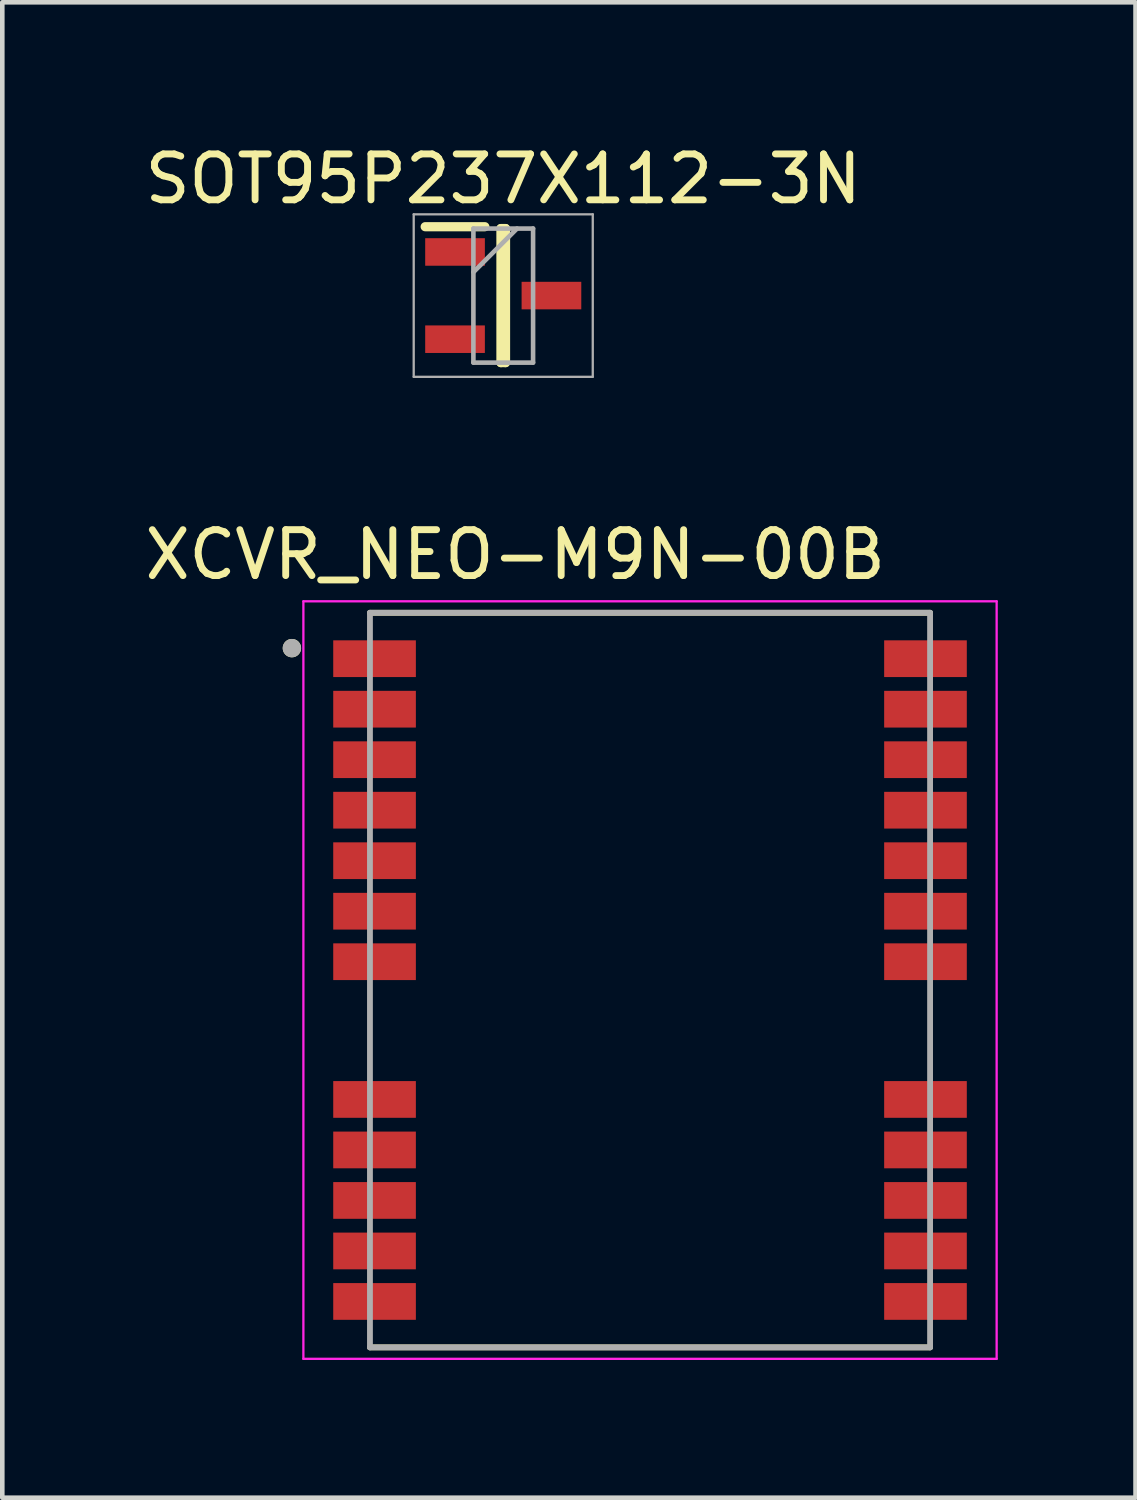
<source format=kicad_pcb>
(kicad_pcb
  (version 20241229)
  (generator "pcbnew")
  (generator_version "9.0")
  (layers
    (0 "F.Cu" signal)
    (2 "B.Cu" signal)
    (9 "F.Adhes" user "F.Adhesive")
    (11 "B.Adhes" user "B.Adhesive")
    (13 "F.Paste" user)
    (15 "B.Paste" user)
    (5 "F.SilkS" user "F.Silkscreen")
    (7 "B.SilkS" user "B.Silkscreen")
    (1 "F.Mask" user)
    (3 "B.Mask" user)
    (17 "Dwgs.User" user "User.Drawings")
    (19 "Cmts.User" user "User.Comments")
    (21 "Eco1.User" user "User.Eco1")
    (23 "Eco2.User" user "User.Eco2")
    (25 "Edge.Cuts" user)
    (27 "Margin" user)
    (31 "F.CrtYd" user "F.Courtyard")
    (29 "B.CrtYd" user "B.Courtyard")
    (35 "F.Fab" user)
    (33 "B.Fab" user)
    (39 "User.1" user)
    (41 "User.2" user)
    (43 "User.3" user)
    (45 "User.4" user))
  (footprint "XCVR_NEO-M9N-00B"
    (layer "F.Cu")
    (at 11.108 18.297)
    (property "Reference" "XCVR_NEO-M9N-00B" (at -2.935 -9.265 0) (layer "F.SilkS") (effects (font (size 1 1) (thickness 0.15))))
    (attr through_hole)
    (fp_line (start -6.1 -8) (end 6.1 -8) (stroke (width 0.127) (type solid)) (layer "F.SilkS"))
    (fp_line (start 6.1 8) (end -6.1 8) (stroke (width 0.127) (type solid)) (layer "F.SilkS"))
    (fp_circle (center -7.8 -7.23) (end -7.7 -7.23) (stroke (width 0.2) (type solid)) (fill no) (layer "F.SilkS"))
    (fp_poly (pts (xy -7.3 -7.4) (xy -6.1 -7.4) (xy -6.1 -7.3) (xy -5.2 -7.3) (xy -5.2 -6.7) (xy -6.1 -6.7) (xy -6.1 -6.6) (xy -7.3 -6.6)) (stroke (width 0.01) (type solid)) (fill yes) (layer "F.Paste"))
    (fp_poly (pts (xy -7.3 -6.3) (xy -6.1 -6.3) (xy -6.1 -6.2) (xy -5.2 -6.2) (xy -5.2 -5.6) (xy -6.1 -5.6) (xy -6.1 -5.5) (xy -7.3 -5.5)) (stroke (width 0.01) (type solid)) (fill yes) (layer "F.Paste"))
    (fp_poly (pts (xy -7.3 -5.2) (xy -6.1 -5.2) (xy -6.1 -5.1) (xy -5.2 -5.1) (xy -5.2 -4.5) (xy -6.1 -4.5) (xy -6.1 -4.4) (xy -7.3 -4.4)) (stroke (width 0.01) (type solid)) (fill yes) (layer "F.Paste"))
    (fp_poly (pts (xy -7.3 -4.1) (xy -6.1 -4.1) (xy -6.1 -4) (xy -5.2 -4) (xy -5.2 -3.4) (xy -6.1 -3.4) (xy -6.1 -3.3) (xy -7.3 -3.3)) (stroke (width 0.01) (type solid)) (fill yes) (layer "F.Paste"))
    (fp_poly (pts (xy -7.3 -3) (xy -6.1 -3) (xy -6.1 -2.9) (xy -5.2 -2.9) (xy -5.2 -2.3) (xy -6.1 -2.3) (xy -6.1 -2.2) (xy -7.3 -2.2)) (stroke (width 0.01) (type solid)) (fill yes) (layer "F.Paste"))
    (fp_poly (pts (xy -7.3 -1.9) (xy -6.1 -1.9) (xy -6.1 -1.8) (xy -5.2 -1.8) (xy -5.2 -1.2) (xy -6.1 -1.2) (xy -6.1 -1.1) (xy -7.3 -1.1)) (stroke (width 0.01) (type solid)) (fill yes) (layer "F.Paste"))
    (fp_poly (pts (xy -7.3 -0.8) (xy -6.1 -0.8) (xy -6.1 -0.7) (xy -5.2 -0.7) (xy -5.2 -0.1) (xy -6.1 -0.1) (xy -6.1 0) (xy -7.3 0)) (stroke (width 0.01) (type solid)) (fill yes) (layer "F.Paste"))
    (fp_poly (pts (xy -7.3 2.2) (xy -6.1 2.2) (xy -6.1 2.3) (xy -5.2 2.3) (xy -5.2 2.9) (xy -6.1 2.9) (xy -6.1 3) (xy -7.3 3)) (stroke (width 0.01) (type solid)) (fill yes) (layer "F.Paste"))
    (fp_poly (pts (xy -7.3 3.3) (xy -6.1 3.3) (xy -6.1 3.4) (xy -5.2 3.4) (xy -5.2 4) (xy -6.1 4) (xy -6.1 4.1) (xy -7.3 4.1)) (stroke (width 0.01) (type solid)) (fill yes) (layer "F.Paste"))
    (fp_poly (pts (xy -7.3 4.4) (xy -6.1 4.4) (xy -6.1 4.5) (xy -5.2 4.5) (xy -5.2 5.1) (xy -6.1 5.1) (xy -6.1 5.2) (xy -7.3 5.2)) (stroke (width 0.01) (type solid)) (fill yes) (layer "F.Paste"))
    (fp_poly (pts (xy -7.3 5.5) (xy -6.1 5.5) (xy -6.1 5.6) (xy -5.2 5.6) (xy -5.2 6.2) (xy -6.1 6.2) (xy -6.1 6.3) (xy -7.3 6.3)) (stroke (width 0.01) (type solid)) (fill yes) (layer "F.Paste"))
    (fp_poly (pts (xy -7.3 6.6) (xy -6.1 6.6) (xy -6.1 6.7) (xy -5.2 6.7) (xy -5.2 7.3) (xy -6.1 7.3) (xy -6.1 7.4) (xy -7.3 7.4)) (stroke (width 0.01) (type solid)) (fill yes) (layer "F.Paste"))
    (fp_poly (pts (xy 5.2 -7.3) (xy 6.1 -7.3) (xy 6.1 -7.4) (xy 7.3 -7.4) (xy 7.3 -6.6) (xy 6.1 -6.6) (xy 6.1 -6.7) (xy 5.2 -6.7)) (stroke (width 0.01) (type solid)) (fill yes) (layer "F.Paste"))
    (fp_poly (pts (xy 5.2 -6.2) (xy 6.1 -6.2) (xy 6.1 -6.3) (xy 7.3 -6.3) (xy 7.3 -5.5) (xy 6.1 -5.5) (xy 6.1 -5.6) (xy 5.2 -5.6)) (stroke (width 0.01) (type solid)) (fill yes) (layer "F.Paste"))
    (fp_poly (pts (xy 5.2 -5.1) (xy 6.1 -5.1) (xy 6.1 -5.2) (xy 7.3 -5.2) (xy 7.3 -4.4) (xy 6.1 -4.4) (xy 6.1 -4.5) (xy 5.2 -4.5)) (stroke (width 0.01) (type solid)) (fill yes) (layer "F.Paste"))
    (fp_poly (pts (xy 5.2 -4) (xy 6.1 -4) (xy 6.1 -4.1) (xy 7.3 -4.1) (xy 7.3 -3.3) (xy 6.1 -3.3) (xy 6.1 -3.4) (xy 5.2 -3.4)) (stroke (width 0.01) (type solid)) (fill yes) (layer "F.Paste"))
    (fp_poly (pts (xy 5.2 -2.9) (xy 6.1 -2.9) (xy 6.1 -3) (xy 7.3 -3) (xy 7.3 -2.2) (xy 6.1 -2.2) (xy 6.1 -2.3) (xy 5.2 -2.3)) (stroke (width 0.01) (type solid)) (fill yes) (layer "F.Paste"))
    (fp_poly (pts (xy 5.2 -1.8) (xy 6.1 -1.8) (xy 6.1 -1.9) (xy 7.3 -1.9) (xy 7.3 -1.1) (xy 6.1 -1.1) (xy 6.1 -1.2) (xy 5.2 -1.2)) (stroke (width 0.01) (type solid)) (fill yes) (layer "F.Paste"))
    (fp_poly (pts (xy 5.2 -0.7) (xy 6.1 -0.7) (xy 6.1 -0.8) (xy 7.3 -0.8) (xy 7.3 0) (xy 6.1 0) (xy 6.1 -0.1) (xy 5.2 -0.1)) (stroke (width 0.01) (type solid)) (fill yes) (layer "F.Paste"))
    (fp_poly (pts (xy 5.2 2.3) (xy 6.1 2.3) (xy 6.1 2.2) (xy 7.3 2.2) (xy 7.3 3) (xy 6.1 3) (xy 6.1 2.9) (xy 5.2 2.9)) (stroke (width 0.01) (type solid)) (fill yes) (layer "F.Paste"))
    (fp_poly (pts (xy 5.2 3.4) (xy 6.1 3.4) (xy 6.1 3.3) (xy 7.3 3.3) (xy 7.3 4.1) (xy 6.1 4.1) (xy 6.1 4) (xy 5.2 4)) (stroke (width 0.01) (type solid)) (fill yes) (layer "F.Paste"))
    (fp_poly (pts (xy 5.2 4.5) (xy 6.1 4.5) (xy 6.1 4.4) (xy 7.3 4.4) (xy 7.3 5.2) (xy 6.1 5.2) (xy 6.1 5.1) (xy 5.2 5.1)) (stroke (width 0.01) (type solid)) (fill yes) (layer "F.Paste"))
    (fp_poly (pts (xy 5.2 5.6) (xy 6.1 5.6) (xy 6.1 5.5) (xy 7.3 5.5) (xy 7.3 6.3) (xy 6.1 6.3) (xy 6.1 6.2) (xy 5.2 6.2)) (stroke (width 0.01) (type solid)) (fill yes) (layer "F.Paste"))
    (fp_poly (pts (xy 5.2 6.7) (xy 6.1 6.7) (xy 6.1 6.6) (xy 7.3 6.6) (xy 7.3 7.4) (xy 6.1 7.4) (xy 6.1 7.3) (xy 5.2 7.3)) (stroke (width 0.01) (type solid)) (fill yes) (layer "F.Paste"))
    (fp_line (start -7.55 -8.25) (end 7.55 -8.25) (stroke (width 0.05) (type solid)) (layer "F.CrtYd"))
    (fp_line (start -7.55 8.25) (end -7.55 -8.25) (stroke (width 0.05) (type solid)) (layer "F.CrtYd"))
    (fp_line (start 7.55 -8.25) (end 7.55 8.25) (stroke (width 0.05) (type solid)) (layer "F.CrtYd"))
    (fp_line (start 7.55 8.25) (end -7.55 8.25) (stroke (width 0.05) (type solid)) (layer "F.CrtYd"))
    (fp_line (start -6.1 -8) (end -6.1 8) (stroke (width 0.127) (type solid)) (layer "F.Fab"))
    (fp_line (start 6.1 -8) (end -6.1 -8) (stroke (width 0.127) (type solid)) (layer "F.Fab"))
    (fp_line (start 6.1 8) (end -6.1 8) (stroke (width 0.127) (type solid)) (layer "F.Fab"))
    (fp_line (start 6.1 8) (end 6.1 -8) (stroke (width 0.127) (type solid)) (layer "F.Fab"))
    (fp_circle (center -7.8 -7.23) (end -7.7 -7.23) (stroke (width 0.2) (type solid)) (fill no) (layer "F.Fab"))
    (pad "1" smd rect (at -6 -7) (size 1.8 0.8) (layers "F.Cu" "F.Mask"))
    (pad "2" smd rect (at -6 -5.9) (size 1.8 0.8) (layers "F.Cu" "F.Mask"))
    (pad "3" smd rect (at -6 -4.8) (size 1.8 0.8) (layers "F.Cu" "F.Mask"))
    (pad "4" smd rect (at -6 -3.7) (size 1.8 0.8) (layers "F.Cu" "F.Mask"))
    (pad "5" smd rect (at -6 -2.6) (size 1.8 0.8) (layers "F.Cu" "F.Mask"))
    (pad "6" smd rect (at -6 -1.5) (size 1.8 0.8) (layers "F.Cu" "F.Mask"))
    (pad "7" smd rect (at -6 -0.4) (size 1.8 0.8) (layers "F.Cu" "F.Mask"))
    (pad "8" smd rect (at -6 2.6) (size 1.8 0.8) (layers "F.Cu" "F.Mask"))
    (pad "9" smd rect (at -6 3.7) (size 1.8 0.8) (layers "F.Cu" "F.Mask"))
    (pad "10" smd rect (at -6 4.8) (size 1.8 0.8) (layers "F.Cu" "F.Mask"))
    (pad "11" smd rect (at -6 5.9) (size 1.8 0.8) (layers "F.Cu" "F.Mask"))
    (pad "12" smd rect (at -6 7) (size 1.8 0.8) (layers "F.Cu" "F.Mask"))
    (pad "13" smd rect (at 6 7) (size 1.8 0.8) (layers "F.Cu" "F.Mask"))
    (pad "14" smd rect (at 6 5.9) (size 1.8 0.8) (layers "F.Cu" "F.Mask"))
    (pad "15" smd rect (at 6 4.8) (size 1.8 0.8) (layers "F.Cu" "F.Mask"))
    (pad "16" smd rect (at 6 3.7) (size 1.8 0.8) (layers "F.Cu" "F.Mask"))
    (pad "17" smd rect (at 6 2.6) (size 1.8 0.8) (layers "F.Cu" "F.Mask"))
    (pad "18" smd rect (at 6 -0.4) (size 1.8 0.8) (layers "F.Cu" "F.Mask"))
    (pad "19" smd rect (at 6 -1.5) (size 1.8 0.8) (layers "F.Cu" "F.Mask"))
    (pad "20" smd rect (at 6 -2.6) (size 1.8 0.8) (layers "F.Cu" "F.Mask"))
    (pad "21" smd rect (at 6 -3.7) (size 1.8 0.8) (layers "F.Cu" "F.Mask"))
    (pad "22" smd rect (at 6 -4.8) (size 1.8 0.8) (layers "F.Cu" "F.Mask"))
    (pad "23" smd rect (at 6 -5.9) (size 1.8 0.8) (layers "F.Cu" "F.Mask"))
    (pad "24" smd rect (at 6 -7) (size 1.8 0.8) (layers "F.Cu" "F.Mask")))
  (footprint "SOT95P237X112-3N"
    (layer "F.Cu")
    (at 7.911 3.388)
    (property "Reference" "SOT95P237X112-3N" (at 0 -2.54 0) (layer "F.SilkS") (effects (font (size 1 1) (thickness 0.15))))
    (attr smd)
    (fp_line (start -1.7 -1.5) (end -0.4 -1.5) (stroke (width 0.2) (type solid)) (layer "F.SilkS"))
    (fp_line (start -0.05 -1.46) (end 0.05 -1.46) (stroke (width 0.2) (type solid)) (layer "F.SilkS"))
    (fp_line (start -0.05 1.46) (end -0.05 -1.46) (stroke (width 0.2) (type solid)) (layer "F.SilkS"))
    (fp_line (start 0.05 -1.46) (end 0.05 1.46) (stroke (width 0.2) (type solid)) (layer "F.SilkS"))
    (fp_line (start 0.05 1.46) (end -0.05 1.46) (stroke (width 0.2) (type solid)) (layer "F.SilkS"))
    (fp_line (start -1.95 -1.77) (end 1.95 -1.77) (stroke (width 0.05) (type solid)) (layer "F.Fab"))
    (fp_line (start -1.95 1.77) (end -1.95 -1.77) (stroke (width 0.05) (type solid)) (layer "F.Fab"))
    (fp_line (start -0.65 -1.46) (end 0.65 -1.46) (stroke (width 0.1) (type solid)) (layer "F.Fab"))
    (fp_line (start -0.65 -0.51) (end 0.3 -1.46) (stroke (width 0.1) (type solid)) (layer "F.Fab"))
    (fp_line (start -0.65 1.46) (end -0.65 -1.46) (stroke (width 0.1) (type solid)) (layer "F.Fab"))
    (fp_line (start 0.65 -1.46) (end 0.65 1.46) (stroke (width 0.1) (type solid)) (layer "F.Fab"))
    (fp_line (start 0.65 1.46) (end -0.65 1.46) (stroke (width 0.1) (type solid)) (layer "F.Fab"))
    (fp_line (start 1.95 -1.77) (end 1.95 1.77) (stroke (width 0.05) (type solid)) (layer "F.Fab"))
    (fp_line (start 1.95 1.77) (end -1.95 1.77) (stroke (width 0.05) (type solid)) (layer "F.Fab"))
    (pad "1" smd rect (at -1.05 -0.95) (size 1.3 0.6) (layers "F.Cu" "F.Mask" "F.Paste"))
    (pad "2" smd rect (at -1.05 0.95) (size 1.3 0.6) (layers "F.Cu" "F.Mask" "F.Paste"))
    (pad "3" smd rect (at 1.05 0) (size 1.3 0.6) (layers "F.Cu" "F.Mask" "F.Paste")))
  (gr_rect
    (start -3 -3)
    (end 21.683 29.572)
    (stroke (width 0.1) (type default))
    (fill no)
    (layer "Edge.Cuts")))
</source>
